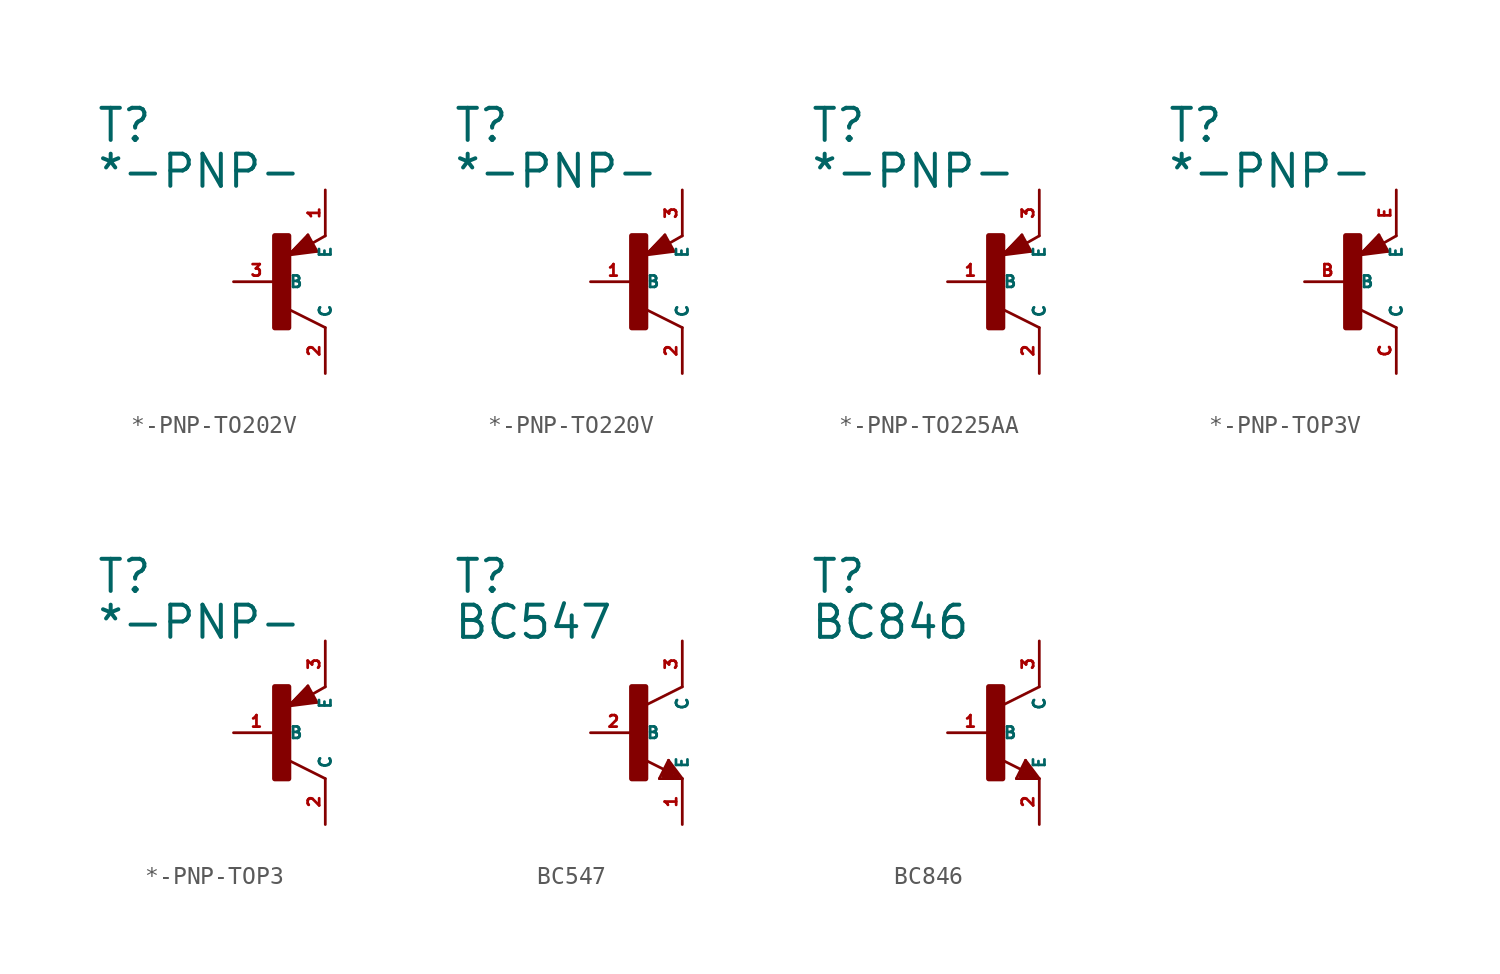
<source format=kicad_sym>
(kicad_symbol_lib
  (version 20220914)
  (generator Eagle2Kicad)
  (symbol "*-PNP-TO202V"
    (property "Reference" "T"
      (at -10.16 7.62 0)
      (effects (font (size 1.778 1.778) (thickness 0.22)) (justify left bottom)))
    (property "Value" "*-PNP-"
      (at -10.16 5.08 0)
      (effects (font (size 1.778 1.778) (thickness 0.22)) (justify left bottom)))
    (polyline
      (pts (xy 2.086 1.678) (xy 1.578 2.594))
      (stroke (width 0.152) (type default))
      (fill (type none)))
    (polyline
      (pts (xy 1.578 2.594) (xy 0.516 1.478))
      (stroke (width 0.152) (type default))
      (fill (type none)))
    (polyline
      (pts (xy 0.516 1.478) (xy 2.086 1.678))
      (stroke (width 0.152) (type default))
      (fill (type none)))
    (polyline
      (pts (xy 2.54 2.54) (xy 1.808 2.124))
      (stroke (width 0.152) (type default))
      (fill (type none)))
    (polyline
      (pts (xy 2.54 -2.54) (xy 0.508 -1.524))
      (stroke (width 0.152) (type default))
      (fill (type none)))
    (polyline
      (pts (xy 1.905 1.778) (xy 1.524 2.413))
      (stroke (width 0.254) (type default))
      (fill (type none)))
    (polyline
      (pts (xy 1.524 2.413) (xy 0.762 1.651))
      (stroke (width 0.254) (type default))
      (fill (type none)))
    (polyline
      (pts (xy 0.762 1.651) (xy 1.778 1.778))
      (stroke (width 0.254) (type default))
      (fill (type none)))
    (polyline
      (pts (xy 1.778 1.778) (xy 1.524 2.159))
      (stroke (width 0.254) (type default))
      (fill (type none)))
    (polyline
      (pts (xy 1.524 2.159) (xy 1.143 1.905))
      (stroke (width 0.254) (type default))
      (fill (type none)))
    (polyline
      (pts (xy 1.143 1.905) (xy 1.524 1.905))
      (stroke (width 0.254) (type default))
      (fill (type none)))
    (rectangle
      (start -0.254 -2.54)
      (end 0.508 2.54)
      (stroke (width 0.3) (type default))
      (fill (type outline)))
    (pin passive line
      (at -2.54 0 0)
      (length 2.54)
      (name "B" (effects (font (size 0.635 0.635) (thickness 0.08)) (justify left bottom)))
      (number "3" (effects (font (size 0.635 0.635) (thickness 0.08)) (justify left bottom))))
    (pin passive line
      (at 2.54 5.08 270)
      (length 2.54)
      (name "E" (effects (font (size 0.635 0.635) (thickness 0.08)) (justify left bottom)))
      (number "1" (effects (font (size 0.635 0.635) (thickness 0.08)) (justify left bottom))))
    (pin passive line
      (at 2.54 -5.08 90)
      (length 2.54)
      (name "C" (effects (font (size 0.635 0.635) (thickness 0.08)) (justify left bottom)))
      (number "2" (effects (font (size 0.635 0.635) (thickness 0.08)) (justify left bottom)))))
  (symbol "*-PNP-TO220V"
    (property "Reference" "T"
      (at -10.16 7.62 0)
      (effects (font (size 1.778 1.778) (thickness 0.22)) (justify left bottom)))
    (property "Value" "*-PNP-"
      (at -10.16 5.08 0)
      (effects (font (size 1.778 1.778) (thickness 0.22)) (justify left bottom)))
    (polyline
      (pts (xy 2.086 1.678) (xy 1.578 2.594))
      (stroke (width 0.152) (type default))
      (fill (type none)))
    (polyline
      (pts (xy 1.578 2.594) (xy 0.516 1.478))
      (stroke (width 0.152) (type default))
      (fill (type none)))
    (polyline
      (pts (xy 0.516 1.478) (xy 2.086 1.678))
      (stroke (width 0.152) (type default))
      (fill (type none)))
    (polyline
      (pts (xy 2.54 2.54) (xy 1.808 2.124))
      (stroke (width 0.152) (type default))
      (fill (type none)))
    (polyline
      (pts (xy 2.54 -2.54) (xy 0.508 -1.524))
      (stroke (width 0.152) (type default))
      (fill (type none)))
    (polyline
      (pts (xy 1.905 1.778) (xy 1.524 2.413))
      (stroke (width 0.254) (type default))
      (fill (type none)))
    (polyline
      (pts (xy 1.524 2.413) (xy 0.762 1.651))
      (stroke (width 0.254) (type default))
      (fill (type none)))
    (polyline
      (pts (xy 0.762 1.651) (xy 1.778 1.778))
      (stroke (width 0.254) (type default))
      (fill (type none)))
    (polyline
      (pts (xy 1.778 1.778) (xy 1.524 2.159))
      (stroke (width 0.254) (type default))
      (fill (type none)))
    (polyline
      (pts (xy 1.524 2.159) (xy 1.143 1.905))
      (stroke (width 0.254) (type default))
      (fill (type none)))
    (polyline
      (pts (xy 1.143 1.905) (xy 1.524 1.905))
      (stroke (width 0.254) (type default))
      (fill (type none)))
    (rectangle
      (start -0.254 -2.54)
      (end 0.508 2.54)
      (stroke (width 0.3) (type default))
      (fill (type outline)))
    (pin passive line
      (at -2.54 0 0)
      (length 2.54)
      (name "B" (effects (font (size 0.635 0.635) (thickness 0.08)) (justify left bottom)))
      (number "1" (effects (font (size 0.635 0.635) (thickness 0.08)) (justify left bottom))))
    (pin passive line
      (at 2.54 5.08 270)
      (length 2.54)
      (name "E" (effects (font (size 0.635 0.635) (thickness 0.08)) (justify left bottom)))
      (number "3" (effects (font (size 0.635 0.635) (thickness 0.08)) (justify left bottom))))
    (pin passive line
      (at 2.54 -5.08 90)
      (length 2.54)
      (name "C" (effects (font (size 0.635 0.635) (thickness 0.08)) (justify left bottom)))
      (number "2" (effects (font (size 0.635 0.635) (thickness 0.08)) (justify left bottom)))))
  (symbol "*-PNP-TO225AA"
    (property "Reference" "T"
      (at -10.16 7.62 0)
      (effects (font (size 1.778 1.778) (thickness 0.22)) (justify left bottom)))
    (property "Value" "*-PNP-"
      (at -10.16 5.08 0)
      (effects (font (size 1.778 1.778) (thickness 0.22)) (justify left bottom)))
    (polyline
      (pts (xy 2.086 1.678) (xy 1.578 2.594))
      (stroke (width 0.152) (type default))
      (fill (type none)))
    (polyline
      (pts (xy 1.578 2.594) (xy 0.516 1.478))
      (stroke (width 0.152) (type default))
      (fill (type none)))
    (polyline
      (pts (xy 0.516 1.478) (xy 2.086 1.678))
      (stroke (width 0.152) (type default))
      (fill (type none)))
    (polyline
      (pts (xy 2.54 2.54) (xy 1.808 2.124))
      (stroke (width 0.152) (type default))
      (fill (type none)))
    (polyline
      (pts (xy 2.54 -2.54) (xy 0.508 -1.524))
      (stroke (width 0.152) (type default))
      (fill (type none)))
    (polyline
      (pts (xy 1.905 1.778) (xy 1.524 2.413))
      (stroke (width 0.254) (type default))
      (fill (type none)))
    (polyline
      (pts (xy 1.524 2.413) (xy 0.762 1.651))
      (stroke (width 0.254) (type default))
      (fill (type none)))
    (polyline
      (pts (xy 0.762 1.651) (xy 1.778 1.778))
      (stroke (width 0.254) (type default))
      (fill (type none)))
    (polyline
      (pts (xy 1.778 1.778) (xy 1.524 2.159))
      (stroke (width 0.254) (type default))
      (fill (type none)))
    (polyline
      (pts (xy 1.524 2.159) (xy 1.143 1.905))
      (stroke (width 0.254) (type default))
      (fill (type none)))
    (polyline
      (pts (xy 1.143 1.905) (xy 1.524 1.905))
      (stroke (width 0.254) (type default))
      (fill (type none)))
    (rectangle
      (start -0.254 -2.54)
      (end 0.508 2.54)
      (stroke (width 0.3) (type default))
      (fill (type outline)))
    (pin passive line
      (at -2.54 0 0)
      (length 2.54)
      (name "B" (effects (font (size 0.635 0.635) (thickness 0.08)) (justify left bottom)))
      (number "1" (effects (font (size 0.635 0.635) (thickness 0.08)) (justify left bottom))))
    (pin passive line
      (at 2.54 5.08 270)
      (length 2.54)
      (name "E" (effects (font (size 0.635 0.635) (thickness 0.08)) (justify left bottom)))
      (number "3" (effects (font (size 0.635 0.635) (thickness 0.08)) (justify left bottom))))
    (pin passive line
      (at 2.54 -5.08 90)
      (length 2.54)
      (name "C" (effects (font (size 0.635 0.635) (thickness 0.08)) (justify left bottom)))
      (number "2" (effects (font (size 0.635 0.635) (thickness 0.08)) (justify left bottom)))))
  (symbol "*-PNP-TOP3V"
    (property "Reference" "T"
      (at -10.16 7.62 0)
      (effects (font (size 1.778 1.778) (thickness 0.22)) (justify left bottom)))
    (property "Value" "*-PNP-"
      (at -10.16 5.08 0)
      (effects (font (size 1.778 1.778) (thickness 0.22)) (justify left bottom)))
    (polyline
      (pts (xy 2.086 1.678) (xy 1.578 2.594))
      (stroke (width 0.152) (type default))
      (fill (type none)))
    (polyline
      (pts (xy 1.578 2.594) (xy 0.516 1.478))
      (stroke (width 0.152) (type default))
      (fill (type none)))
    (polyline
      (pts (xy 0.516 1.478) (xy 2.086 1.678))
      (stroke (width 0.152) (type default))
      (fill (type none)))
    (polyline
      (pts (xy 2.54 2.54) (xy 1.808 2.124))
      (stroke (width 0.152) (type default))
      (fill (type none)))
    (polyline
      (pts (xy 2.54 -2.54) (xy 0.508 -1.524))
      (stroke (width 0.152) (type default))
      (fill (type none)))
    (polyline
      (pts (xy 1.905 1.778) (xy 1.524 2.413))
      (stroke (width 0.254) (type default))
      (fill (type none)))
    (polyline
      (pts (xy 1.524 2.413) (xy 0.762 1.651))
      (stroke (width 0.254) (type default))
      (fill (type none)))
    (polyline
      (pts (xy 0.762 1.651) (xy 1.778 1.778))
      (stroke (width 0.254) (type default))
      (fill (type none)))
    (polyline
      (pts (xy 1.778 1.778) (xy 1.524 2.159))
      (stroke (width 0.254) (type default))
      (fill (type none)))
    (polyline
      (pts (xy 1.524 2.159) (xy 1.143 1.905))
      (stroke (width 0.254) (type default))
      (fill (type none)))
    (polyline
      (pts (xy 1.143 1.905) (xy 1.524 1.905))
      (stroke (width 0.254) (type default))
      (fill (type none)))
    (rectangle
      (start -0.254 -2.54)
      (end 0.508 2.54)
      (stroke (width 0.3) (type default))
      (fill (type outline)))
    (pin passive line
      (at -2.54 0 0)
      (length 2.54)
      (name "B" (effects (font (size 0.635 0.635) (thickness 0.08)) (justify left bottom)))
      (number "B" (effects (font (size 0.635 0.635) (thickness 0.08)) (justify left bottom))))
    (pin passive line
      (at 2.54 5.08 270)
      (length 2.54)
      (name "E" (effects (font (size 0.635 0.635) (thickness 0.08)) (justify left bottom)))
      (number "E" (effects (font (size 0.635 0.635) (thickness 0.08)) (justify left bottom))))
    (pin passive line
      (at 2.54 -5.08 90)
      (length 2.54)
      (name "C" (effects (font (size 0.635 0.635) (thickness 0.08)) (justify left bottom)))
      (number "C" (effects (font (size 0.635 0.635) (thickness 0.08)) (justify left bottom)))))
  (symbol "*-PNP-TOP3"
    (property "Reference" "T"
      (at -10.16 7.62 0)
      (effects (font (size 1.778 1.778) (thickness 0.22)) (justify left bottom)))
    (property "Value" "*-PNP-"
      (at -10.16 5.08 0)
      (effects (font (size 1.778 1.778) (thickness 0.22)) (justify left bottom)))
    (polyline
      (pts (xy 2.086 1.678) (xy 1.578 2.594))
      (stroke (width 0.152) (type default))
      (fill (type none)))
    (polyline
      (pts (xy 1.578 2.594) (xy 0.516 1.478))
      (stroke (width 0.152) (type default))
      (fill (type none)))
    (polyline
      (pts (xy 0.516 1.478) (xy 2.086 1.678))
      (stroke (width 0.152) (type default))
      (fill (type none)))
    (polyline
      (pts (xy 2.54 2.54) (xy 1.808 2.124))
      (stroke (width 0.152) (type default))
      (fill (type none)))
    (polyline
      (pts (xy 2.54 -2.54) (xy 0.508 -1.524))
      (stroke (width 0.152) (type default))
      (fill (type none)))
    (polyline
      (pts (xy 1.905 1.778) (xy 1.524 2.413))
      (stroke (width 0.254) (type default))
      (fill (type none)))
    (polyline
      (pts (xy 1.524 2.413) (xy 0.762 1.651))
      (stroke (width 0.254) (type default))
      (fill (type none)))
    (polyline
      (pts (xy 0.762 1.651) (xy 1.778 1.778))
      (stroke (width 0.254) (type default))
      (fill (type none)))
    (polyline
      (pts (xy 1.778 1.778) (xy 1.524 2.159))
      (stroke (width 0.254) (type default))
      (fill (type none)))
    (polyline
      (pts (xy 1.524 2.159) (xy 1.143 1.905))
      (stroke (width 0.254) (type default))
      (fill (type none)))
    (polyline
      (pts (xy 1.143 1.905) (xy 1.524 1.905))
      (stroke (width 0.254) (type default))
      (fill (type none)))
    (rectangle
      (start -0.254 -2.54)
      (end 0.508 2.54)
      (stroke (width 0.3) (type default))
      (fill (type outline)))
    (pin passive line
      (at -2.54 0 0)
      (length 2.54)
      (name "B" (effects (font (size 0.635 0.635) (thickness 0.08)) (justify left bottom)))
      (number "1" (effects (font (size 0.635 0.635) (thickness 0.08)) (justify left bottom))))
    (pin passive line
      (at 2.54 5.08 270)
      (length 2.54)
      (name "E" (effects (font (size 0.635 0.635) (thickness 0.08)) (justify left bottom)))
      (number "3" (effects (font (size 0.635 0.635) (thickness 0.08)) (justify left bottom))))
    (pin passive line
      (at 2.54 -5.08 90)
      (length 2.54)
      (name "C" (effects (font (size 0.635 0.635) (thickness 0.08)) (justify left bottom)))
      (number "2" (effects (font (size 0.635 0.635) (thickness 0.08)) (justify left bottom)))))
  (symbol "BC547"
    (property "Reference" "T"
      (at -10.16 7.62 0)
      (effects (font (size 1.778 1.778) (thickness 0.22)) (justify left bottom)))
    (property "Value" "BC547"
      (at -10.16 5.08 0)
      (effects (font (size 1.778 1.778) (thickness 0.22)) (justify left bottom)))
    (polyline
      (pts (xy 2.54 2.54) (xy 0.508 1.524))
      (stroke (width 0.152) (type default))
      (fill (type none)))
    (polyline
      (pts (xy 1.778 -1.524) (xy 2.54 -2.54))
      (stroke (width 0.152) (type default))
      (fill (type none)))
    (polyline
      (pts (xy 2.54 -2.54) (xy 1.27 -2.54))
      (stroke (width 0.152) (type default))
      (fill (type none)))
    (polyline
      (pts (xy 1.27 -2.54) (xy 1.778 -1.524))
      (stroke (width 0.152) (type default))
      (fill (type none)))
    (polyline
      (pts (xy 1.54 -2.04) (xy 0.308 -1.424))
      (stroke (width 0.152) (type default))
      (fill (type none)))
    (polyline
      (pts (xy 1.524 -2.413) (xy 2.286 -2.413))
      (stroke (width 0.254) (type default))
      (fill (type none)))
    (polyline
      (pts (xy 2.286 -2.413) (xy 1.778 -1.778))
      (stroke (width 0.254) (type default))
      (fill (type none)))
    (polyline
      (pts (xy 1.778 -1.778) (xy 1.524 -2.286))
      (stroke (width 0.254) (type default))
      (fill (type none)))
    (polyline
      (pts (xy 1.524 -2.286) (xy 1.905 -2.286))
      (stroke (width 0.254) (type default))
      (fill (type none)))
    (polyline
      (pts (xy 1.905 -2.286) (xy 1.778 -2.032))
      (stroke (width 0.254) (type default))
      (fill (type none)))
    (rectangle
      (start -0.254 -2.54)
      (end 0.508 2.54)
      (stroke (width 0.3) (type default))
      (fill (type outline)))
    (pin passive line
      (at -2.54 0 0)
      (length 2.54)
      (name "B" (effects (font (size 0.635 0.635) (thickness 0.08)) (justify left bottom)))
      (number "2" (effects (font (size 0.635 0.635) (thickness 0.08)) (justify left bottom))))
    (pin passive line
      (at 2.54 -5.08 90)
      (length 2.54)
      (name "E" (effects (font (size 0.635 0.635) (thickness 0.08)) (justify left bottom)))
      (number "1" (effects (font (size 0.635 0.635) (thickness 0.08)) (justify left bottom))))
    (pin passive line
      (at 2.54 5.08 270)
      (length 2.54)
      (name "C" (effects (font (size 0.635 0.635) (thickness 0.08)) (justify left bottom)))
      (number "3" (effects (font (size 0.635 0.635) (thickness 0.08)) (justify left bottom)))))
  (symbol "BC846"
    (property "Reference" "T"
      (at -10.16 7.62 0)
      (effects (font (size 1.778 1.778) (thickness 0.22)) (justify left bottom)))
    (property "Value" "BC846"
      (at -10.16 5.08 0)
      (effects (font (size 1.778 1.778) (thickness 0.22)) (justify left bottom)))
    (polyline
      (pts (xy 2.54 2.54) (xy 0.508 1.524))
      (stroke (width 0.152) (type default))
      (fill (type none)))
    (polyline
      (pts (xy 1.778 -1.524) (xy 2.54 -2.54))
      (stroke (width 0.152) (type default))
      (fill (type none)))
    (polyline
      (pts (xy 2.54 -2.54) (xy 1.27 -2.54))
      (stroke (width 0.152) (type default))
      (fill (type none)))
    (polyline
      (pts (xy 1.27 -2.54) (xy 1.778 -1.524))
      (stroke (width 0.152) (type default))
      (fill (type none)))
    (polyline
      (pts (xy 1.54 -2.04) (xy 0.308 -1.424))
      (stroke (width 0.152) (type default))
      (fill (type none)))
    (polyline
      (pts (xy 1.524 -2.413) (xy 2.286 -2.413))
      (stroke (width 0.254) (type default))
      (fill (type none)))
    (polyline
      (pts (xy 2.286 -2.413) (xy 1.778 -1.778))
      (stroke (width 0.254) (type default))
      (fill (type none)))
    (polyline
      (pts (xy 1.778 -1.778) (xy 1.524 -2.286))
      (stroke (width 0.254) (type default))
      (fill (type none)))
    (polyline
      (pts (xy 1.524 -2.286) (xy 1.905 -2.286))
      (stroke (width 0.254) (type default))
      (fill (type none)))
    (polyline
      (pts (xy 1.905 -2.286) (xy 1.778 -2.032))
      (stroke (width 0.254) (type default))
      (fill (type none)))
    (rectangle
      (start -0.254 -2.54)
      (end 0.508 2.54)
      (stroke (width 0.3) (type default))
      (fill (type outline)))
    (pin passive line
      (at -2.54 0 0)
      (length 2.54)
      (name "B" (effects (font (size 0.635 0.635) (thickness 0.08)) (justify left bottom)))
      (number "1" (effects (font (size 0.635 0.635) (thickness 0.08)) (justify left bottom))))
    (pin passive line
      (at 2.54 -5.08 90)
      (length 2.54)
      (name "E" (effects (font (size 0.635 0.635) (thickness 0.08)) (justify left bottom)))
      (number "2" (effects (font (size 0.635 0.635) (thickness 0.08)) (justify left bottom))))
    (pin passive line
      (at 2.54 5.08 270)
      (length 2.54)
      (name "C" (effects (font (size 0.635 0.635) (thickness 0.08)) (justify left bottom)))
      (number "3" (effects (font (size 0.635 0.635) (thickness 0.08)) (justify left bottom))))))
</source>
